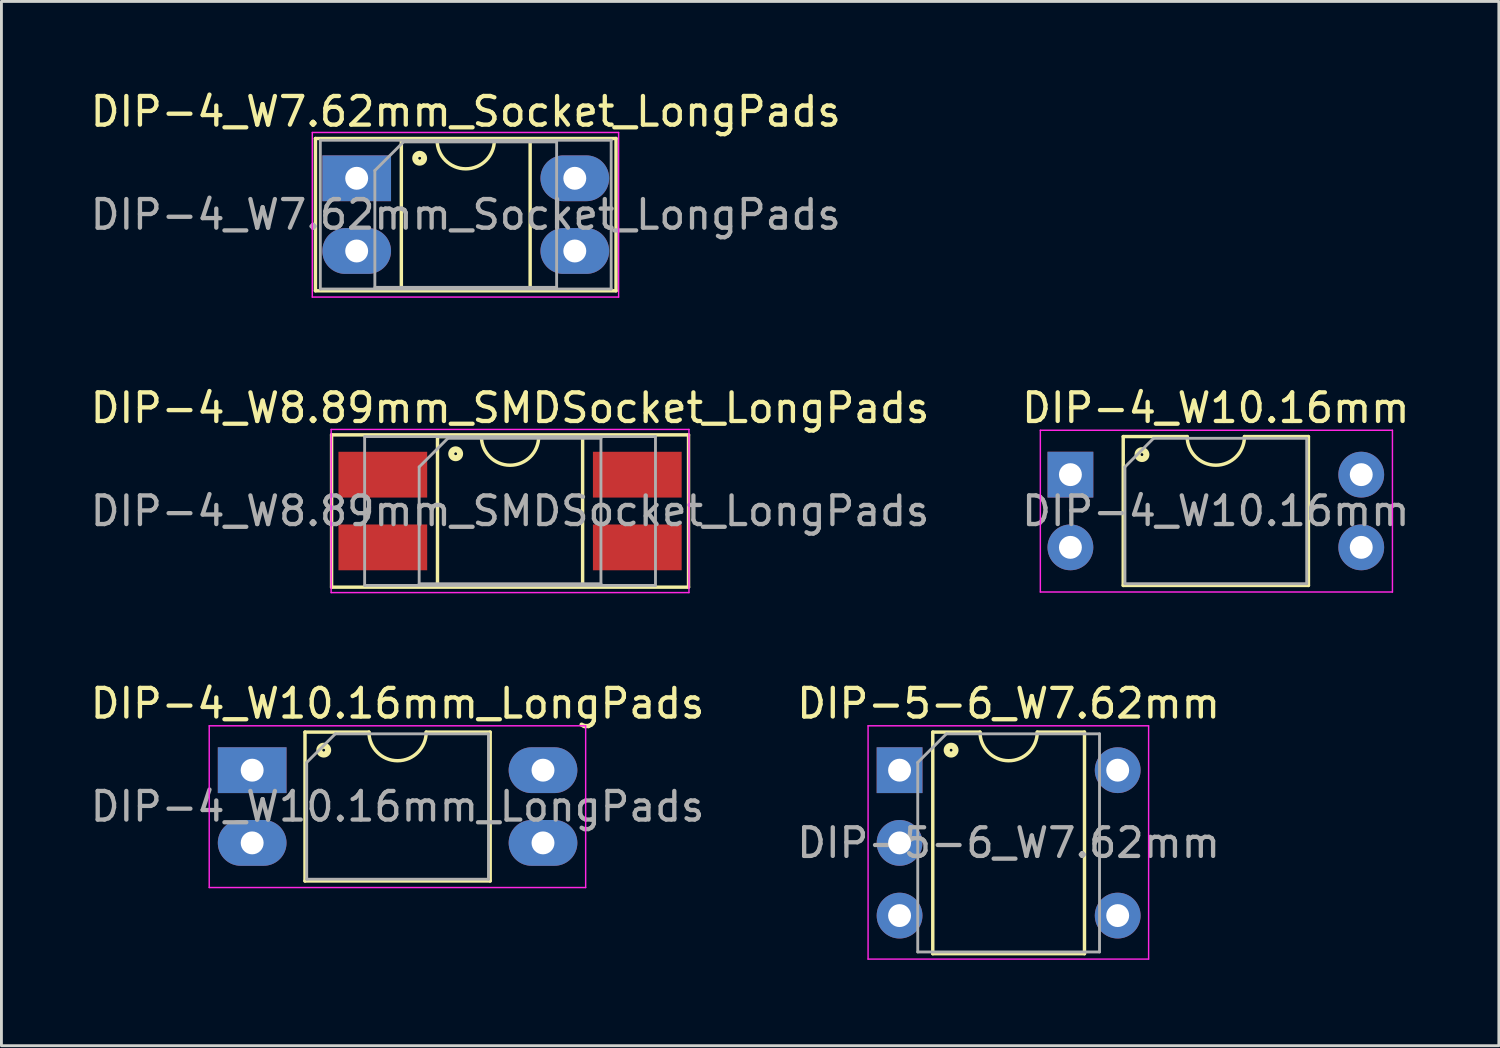
<source format=kicad_pcb>
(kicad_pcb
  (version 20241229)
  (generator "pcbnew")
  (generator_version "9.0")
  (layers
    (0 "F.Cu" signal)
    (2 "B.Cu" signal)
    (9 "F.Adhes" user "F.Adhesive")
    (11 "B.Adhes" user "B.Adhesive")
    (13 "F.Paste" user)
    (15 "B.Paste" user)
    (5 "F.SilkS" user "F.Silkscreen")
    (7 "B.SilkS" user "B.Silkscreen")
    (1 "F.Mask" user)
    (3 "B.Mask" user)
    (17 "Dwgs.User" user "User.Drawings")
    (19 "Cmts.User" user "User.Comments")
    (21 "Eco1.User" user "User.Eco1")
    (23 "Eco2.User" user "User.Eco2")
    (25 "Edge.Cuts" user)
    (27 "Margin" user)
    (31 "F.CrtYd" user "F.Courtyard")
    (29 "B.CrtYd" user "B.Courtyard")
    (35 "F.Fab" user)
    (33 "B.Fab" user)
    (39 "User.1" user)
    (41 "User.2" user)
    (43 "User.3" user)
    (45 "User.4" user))
  (footprint "DIP-4_W10.16mm_LongPads"
    (layer "F.Cu")
    (at 5.759 23.855)
    (property "Reference" "DIP-4_W10.16mm_LongPads" (at 5.08 -2.33 0) (layer "F.SilkS") (effects (font (size 1 1) (thickness 0.15))))
    (attr through_hole)
    (fp_line (start 1.845 -1.33) (end 1.845 3.87) (stroke (width 0.12) (type solid)) (layer "F.SilkS"))
    (fp_line (start 1.845 3.87) (end 8.315 3.87) (stroke (width 0.12) (type solid)) (layer "F.SilkS"))
    (fp_line (start 4.08 -1.33) (end 1.845 -1.33) (stroke (width 0.12) (type solid)) (layer "F.SilkS"))
    (fp_line (start 8.315 -1.33) (end 6.08 -1.33) (stroke (width 0.12) (type solid)) (layer "F.SilkS"))
    (fp_line (start 8.315 3.87) (end 8.315 -1.33) (stroke (width 0.12) (type solid)) (layer "F.SilkS"))
    (fp_arc (start 6.08 -1.33) (mid 5.08 -0.33) (end 4.08 -1.33) (stroke (width 0.12) (type solid)) (layer "F.SilkS"))
    (fp_circle (center 2.5 -0.7) (end 2.55 -0.7) (stroke (width 0.12) (type solid)) (fill no) (layer "F.SilkS"))
    (fp_circle (center 2.5 -0.7) (end 2.625 -0.7) (stroke (width 0.12) (type solid)) (fill no) (layer "F.SilkS"))
    (fp_circle (center 2.5 -0.7) (end 2.7 -0.7) (stroke (width 0.12) (type solid)) (fill no) (layer "F.SilkS"))
    (fp_line (start -1.5 -1.55) (end -1.5 4.1) (stroke (width 0.05) (type solid)) (layer "F.CrtYd"))
    (fp_line (start -1.5 4.1) (end 11.65 4.1) (stroke (width 0.05) (type solid)) (layer "F.CrtYd"))
    (fp_line (start 11.65 -1.55) (end -1.5 -1.55) (stroke (width 0.05) (type solid)) (layer "F.CrtYd"))
    (fp_line (start 11.65 4.1) (end 11.65 -1.55) (stroke (width 0.05) (type solid)) (layer "F.CrtYd"))
    (fp_line (start 1.905 -0.27) (end 2.905 -1.27) (stroke (width 0.1) (type solid)) (layer "F.Fab"))
    (fp_line (start 1.905 3.81) (end 1.905 -0.27) (stroke (width 0.1) (type solid)) (layer "F.Fab"))
    (fp_line (start 2.905 -1.27) (end 8.255 -1.27) (stroke (width 0.1) (type solid)) (layer "F.Fab"))
    (fp_line (start 8.255 -1.27) (end 8.255 3.81) (stroke (width 0.1) (type solid)) (layer "F.Fab"))
    (fp_line (start 8.255 3.81) (end 1.905 3.81) (stroke (width 0.1) (type solid)) (layer "F.Fab"))
    (fp_text user "${REFERENCE}" (at 5.08 1.27 0) (layer "F.Fab") (effects (font (size 1 1) (thickness 0.15))))
    (pad "1" thru_hole rect (at 0 0) (size 2.4 1.6) (drill 0.8) (layers "*.Cu" "*.Mask"))
    (pad "2" thru_hole oval (at 0 2.54) (size 2.4 1.6) (drill 0.8) (layers "*.Cu" "*.Mask"))
    (pad "3" thru_hole oval (at 10.16 2.54) (size 2.4 1.6) (drill 0.8) (layers "*.Cu" "*.Mask"))
    (pad "4" thru_hole oval (at 10.16 0) (size 2.4 1.6) (drill 0.8) (layers "*.Cu" "*.Mask")))
  (footprint "DIP-4_W7.62mm_Socket_LongPads"
    (layer "F.Cu")
    (at 9.41 3.178)
    (property "Reference" "DIP-4_W7.62mm_Socket_LongPads" (at 3.81 -2.33 0) (layer "F.SilkS") (effects (font (size 1 1) (thickness 0.15))))
    (attr through_hole)
    (fp_line (start -1.44 -1.39) (end -1.44 3.93) (stroke (width 0.12) (type solid)) (layer "F.SilkS"))
    (fp_line (start -1.44 3.93) (end 9.06 3.93) (stroke (width 0.12) (type solid)) (layer "F.SilkS"))
    (fp_line (start 1.56 -1.33) (end 1.56 3.87) (stroke (width 0.12) (type solid)) (layer "F.SilkS"))
    (fp_line (start 1.56 3.87) (end 6.06 3.87) (stroke (width 0.12) (type solid)) (layer "F.SilkS"))
    (fp_line (start 2.81 -1.33) (end 1.56 -1.33) (stroke (width 0.12) (type solid)) (layer "F.SilkS"))
    (fp_line (start 6.06 -1.33) (end 4.81 -1.33) (stroke (width 0.12) (type solid)) (layer "F.SilkS"))
    (fp_line (start 6.06 3.87) (end 6.06 -1.33) (stroke (width 0.12) (type solid)) (layer "F.SilkS"))
    (fp_line (start 9.06 -1.39) (end -1.44 -1.39) (stroke (width 0.12) (type solid)) (layer "F.SilkS"))
    (fp_line (start 9.06 3.93) (end 9.06 -1.39) (stroke (width 0.12) (type solid)) (layer "F.SilkS"))
    (fp_arc (start 4.81 -1.33) (mid 3.81 -0.33) (end 2.81 -1.33) (stroke (width 0.12) (type solid)) (layer "F.SilkS"))
    (fp_circle (center 2.2 -0.7) (end 2.25 -0.7) (stroke (width 0.12) (type solid)) (fill no) (layer "F.SilkS"))
    (fp_circle (center 2.2 -0.7) (end 2.325 -0.7) (stroke (width 0.12) (type solid)) (fill no) (layer "F.SilkS"))
    (fp_circle (center 2.2 -0.7) (end 2.4 -0.7) (stroke (width 0.12) (type solid)) (fill no) (layer "F.SilkS"))
    (fp_line (start -1.55 -1.6) (end -1.55 4.15) (stroke (width 0.05) (type solid)) (layer "F.CrtYd"))
    (fp_line (start -1.55 4.15) (end 9.15 4.15) (stroke (width 0.05) (type solid)) (layer "F.CrtYd"))
    (fp_line (start 9.15 -1.6) (end -1.55 -1.6) (stroke (width 0.05) (type solid)) (layer "F.CrtYd"))
    (fp_line (start 9.15 4.15) (end 9.15 -1.6) (stroke (width 0.05) (type solid)) (layer "F.CrtYd"))
    (fp_line (start -1.27 -1.33) (end -1.27 3.87) (stroke (width 0.1) (type solid)) (layer "F.Fab"))
    (fp_line (start -1.27 3.87) (end 8.89 3.87) (stroke (width 0.1) (type solid)) (layer "F.Fab"))
    (fp_line (start 0.635 -0.27) (end 1.635 -1.27) (stroke (width 0.1) (type solid)) (layer "F.Fab"))
    (fp_line (start 0.635 3.81) (end 0.635 -0.27) (stroke (width 0.1) (type solid)) (layer "F.Fab"))
    (fp_line (start 1.635 -1.27) (end 6.985 -1.27) (stroke (width 0.1) (type solid)) (layer "F.Fab"))
    (fp_line (start 6.985 -1.27) (end 6.985 3.81) (stroke (width 0.1) (type solid)) (layer "F.Fab"))
    (fp_line (start 6.985 3.81) (end 0.635 3.81) (stroke (width 0.1) (type solid)) (layer "F.Fab"))
    (fp_line (start 8.89 -1.33) (end -1.27 -1.33) (stroke (width 0.1) (type solid)) (layer "F.Fab"))
    (fp_line (start 8.89 3.87) (end 8.89 -1.33) (stroke (width 0.1) (type solid)) (layer "F.Fab"))
    (fp_text user "${REFERENCE}" (at 3.81 1.27 0) (layer "F.Fab") (effects (font (size 1 1) (thickness 0.15))))
    (pad "1" thru_hole rect (at 0 0) (size 2.4 1.6) (drill 0.8) (layers "*.Cu" "*.Mask"))
    (pad "2" thru_hole oval (at 0 2.54) (size 2.4 1.6) (drill 0.8) (layers "*.Cu" "*.Mask"))
    (pad "3" thru_hole oval (at 7.62 2.54) (size 2.4 1.6) (drill 0.8) (layers "*.Cu" "*.Mask"))
    (pad "4" thru_hole oval (at 7.62 0) (size 2.4 1.6) (drill 0.8) (layers "*.Cu" "*.Mask")))
  (footprint "DIP-4_W8.89mm_SMDSocket_LongPads"
    (layer "F.Cu")
    (at 14.768 14.802)
    (property "Reference" "DIP-4_W8.89mm_SMDSocket_LongPads" (at 0 -3.6 0) (layer "F.SilkS") (effects (font (size 1 1) (thickness 0.15))))
    (attr smd)
    (fp_line (start -6.235 -2.66) (end -6.235 2.66) (stroke (width 0.12) (type solid)) (layer "F.SilkS"))
    (fp_line (start -6.235 2.66) (end 6.235 2.66) (stroke (width 0.12) (type solid)) (layer "F.SilkS"))
    (fp_line (start -2.535 -2.6) (end -2.535 2.6) (stroke (width 0.12) (type solid)) (layer "F.SilkS"))
    (fp_line (start -2.535 2.6) (end 2.535 2.6) (stroke (width 0.12) (type solid)) (layer "F.SilkS"))
    (fp_line (start -1 -2.6) (end -2.535 -2.6) (stroke (width 0.12) (type solid)) (layer "F.SilkS"))
    (fp_line (start 2.535 -2.6) (end 1 -2.6) (stroke (width 0.12) (type solid)) (layer "F.SilkS"))
    (fp_line (start 2.535 2.6) (end 2.535 -2.6) (stroke (width 0.12) (type solid)) (layer "F.SilkS"))
    (fp_line (start 6.235 -2.66) (end -6.235 -2.66) (stroke (width 0.12) (type solid)) (layer "F.SilkS"))
    (fp_line (start 6.235 2.66) (end 6.235 -2.66) (stroke (width 0.12) (type solid)) (layer "F.SilkS"))
    (fp_arc (start 1 -2.6) (mid 0 -1.6) (end -1 -2.6) (stroke (width 0.12) (type solid)) (layer "F.SilkS"))
    (fp_circle (center -1.9 -2) (end -1.85 -2) (stroke (width 0.12) (type solid)) (fill no) (layer "F.SilkS"))
    (fp_circle (center -1.9 -2) (end -1.775 -2) (stroke (width 0.12) (type solid)) (fill no) (layer "F.SilkS"))
    (fp_circle (center -1.9 -2) (end -1.7 -2) (stroke (width 0.12) (type solid)) (fill no) (layer "F.SilkS"))
    (fp_line (start -6.25 -2.85) (end -6.25 2.85) (stroke (width 0.05) (type solid)) (layer "F.CrtYd"))
    (fp_line (start -6.25 2.85) (end 6.25 2.85) (stroke (width 0.05) (type solid)) (layer "F.CrtYd"))
    (fp_line (start 6.25 -2.85) (end -6.25 -2.85) (stroke (width 0.05) (type solid)) (layer "F.CrtYd"))
    (fp_line (start 6.25 2.85) (end 6.25 -2.85) (stroke (width 0.05) (type solid)) (layer "F.CrtYd"))
    (fp_line (start -5.08 -2.6) (end -5.08 2.6) (stroke (width 0.1) (type solid)) (layer "F.Fab"))
    (fp_line (start -5.08 2.6) (end 5.08 2.6) (stroke (width 0.1) (type solid)) (layer "F.Fab"))
    (fp_line (start -3.175 -1.54) (end -2.175 -2.54) (stroke (width 0.1) (type solid)) (layer "F.Fab"))
    (fp_line (start -3.175 2.54) (end -3.175 -1.54) (stroke (width 0.1) (type solid)) (layer "F.Fab"))
    (fp_line (start -2.175 -2.54) (end 3.175 -2.54) (stroke (width 0.1) (type solid)) (layer "F.Fab"))
    (fp_line (start 3.175 -2.54) (end 3.175 2.54) (stroke (width 0.1) (type solid)) (layer "F.Fab"))
    (fp_line (start 3.175 2.54) (end -3.175 2.54) (stroke (width 0.1) (type solid)) (layer "F.Fab"))
    (fp_line (start 5.08 -2.6) (end -5.08 -2.6) (stroke (width 0.1) (type solid)) (layer "F.Fab"))
    (fp_line (start 5.08 2.6) (end 5.08 -2.6) (stroke (width 0.1) (type solid)) (layer "F.Fab"))
    (fp_text user "${REFERENCE}" (at 0 0 0) (layer "F.Fab") (effects (font (size 1 1) (thickness 0.15))))
    (pad "1" smd rect (at -4.445 -1.27) (size 3.1 1.6) (layers "F.Cu" "F.Mask" "F.Paste"))
    (pad "2" smd rect (at -4.445 1.27) (size 3.1 1.6) (layers "F.Cu" "F.Mask" "F.Paste"))
    (pad "3" smd rect (at 4.445 1.27) (size 3.1 1.6) (layers "F.Cu" "F.Mask" "F.Paste"))
    (pad "4" smd rect (at 4.445 -1.27) (size 3.1 1.6) (layers "F.Cu" "F.Mask" "F.Paste")))
  (footprint "DIP-5-6_W7.62mm"
    (layer "F.Cu")
    (at 28.375 23.855)
    (property "Reference" "DIP-5-6_W7.62mm" (at 3.81 -2.33 0) (layer "F.SilkS") (effects (font (size 1 1) (thickness 0.15))))
    (attr through_hole)
    (fp_line (start 1.16 -1.33) (end 1.16 6.41) (stroke (width 0.12) (type solid)) (layer "F.SilkS"))
    (fp_line (start 1.16 6.41) (end 6.46 6.41) (stroke (width 0.12) (type solid)) (layer "F.SilkS"))
    (fp_line (start 2.81 -1.33) (end 1.16 -1.33) (stroke (width 0.12) (type solid)) (layer "F.SilkS"))
    (fp_line (start 6.46 -1.33) (end 4.81 -1.33) (stroke (width 0.12) (type solid)) (layer "F.SilkS"))
    (fp_line (start 6.46 6.41) (end 6.46 -1.33) (stroke (width 0.12) (type solid)) (layer "F.SilkS"))
    (fp_arc (start 4.81 -1.33) (mid 3.81 -0.33) (end 2.81 -1.33) (stroke (width 0.12) (type solid)) (layer "F.SilkS"))
    (fp_circle (center 1.8 -0.7) (end 1.85 -0.7) (stroke (width 0.12) (type solid)) (fill no) (layer "F.SilkS"))
    (fp_circle (center 1.8 -0.7) (end 1.925 -0.7) (stroke (width 0.12) (type solid)) (fill no) (layer "F.SilkS"))
    (fp_circle (center 1.8 -0.7) (end 2 -0.7) (stroke (width 0.12) (type solid)) (fill no) (layer "F.SilkS"))
    (fp_line (start -1.1 -1.55) (end -1.1 6.6) (stroke (width 0.05) (type solid)) (layer "F.CrtYd"))
    (fp_line (start -1.1 6.6) (end 8.7 6.6) (stroke (width 0.05) (type solid)) (layer "F.CrtYd"))
    (fp_line (start 8.7 -1.55) (end -1.1 -1.55) (stroke (width 0.05) (type solid)) (layer "F.CrtYd"))
    (fp_line (start 8.7 6.6) (end 8.7 -1.55) (stroke (width 0.05) (type solid)) (layer "F.CrtYd"))
    (fp_line (start 0.635 -0.27) (end 1.635 -1.27) (stroke (width 0.1) (type solid)) (layer "F.Fab"))
    (fp_line (start 0.635 6.35) (end 0.635 -0.27) (stroke (width 0.1) (type solid)) (layer "F.Fab"))
    (fp_line (start 1.635 -1.27) (end 6.985 -1.27) (stroke (width 0.1) (type solid)) (layer "F.Fab"))
    (fp_line (start 6.985 -1.27) (end 6.985 6.35) (stroke (width 0.1) (type solid)) (layer "F.Fab"))
    (fp_line (start 6.985 6.35) (end 0.635 6.35) (stroke (width 0.1) (type solid)) (layer "F.Fab"))
    (fp_text user "${REFERENCE}" (at 3.81 2.54 0) (layer "F.Fab") (effects (font (size 1 1) (thickness 0.15))))
    (pad "1" thru_hole rect (at 0 0) (size 1.6 1.6) (drill 0.8) (layers "*.Cu" "*.Mask"))
    (pad "2" thru_hole oval (at 0 2.54) (size 1.6 1.6) (drill 0.8) (layers "*.Cu" "*.Mask"))
    (pad "3" thru_hole oval (at 0 5.08) (size 1.6 1.6) (drill 0.8) (layers "*.Cu" "*.Mask"))
    (pad "4" thru_hole oval (at 7.62 5.08) (size 1.6 1.6) (drill 0.8) (layers "*.Cu" "*.Mask"))
    (pad "6" thru_hole oval (at 7.62 0) (size 1.6 1.6) (drill 0.8) (layers "*.Cu" "*.Mask")))
  (footprint "DIP-4_W10.16mm"
    (layer "F.Cu")
    (at 34.343 13.531)
    (property "Reference" "DIP-4_W10.16mm" (at 5.08 -2.33 0) (layer "F.SilkS") (effects (font (size 1 1) (thickness 0.15))))
    (attr through_hole)
    (fp_line (start 1.845 -1.33) (end 1.845 3.87) (stroke (width 0.12) (type solid)) (layer "F.SilkS"))
    (fp_line (start 1.845 3.87) (end 8.315 3.87) (stroke (width 0.12) (type solid)) (layer "F.SilkS"))
    (fp_line (start 4.08 -1.33) (end 1.845 -1.33) (stroke (width 0.12) (type solid)) (layer "F.SilkS"))
    (fp_line (start 8.315 -1.33) (end 6.08 -1.33) (stroke (width 0.12) (type solid)) (layer "F.SilkS"))
    (fp_line (start 8.315 3.87) (end 8.315 -1.33) (stroke (width 0.12) (type solid)) (layer "F.SilkS"))
    (fp_arc (start 6.08 -1.33) (mid 5.08 -0.33) (end 4.08 -1.33) (stroke (width 0.12) (type solid)) (layer "F.SilkS"))
    (fp_circle (center 2.5 -0.7) (end 2.55 -0.7) (stroke (width 0.12) (type solid)) (fill no) (layer "F.SilkS"))
    (fp_circle (center 2.5 -0.7) (end 2.625 -0.7) (stroke (width 0.12) (type solid)) (fill no) (layer "F.SilkS"))
    (fp_circle (center 2.5 -0.7) (end 2.7 -0.7) (stroke (width 0.12) (type solid)) (fill no) (layer "F.SilkS"))
    (fp_line (start -1.05 -1.55) (end -1.05 4.1) (stroke (width 0.05) (type solid)) (layer "F.CrtYd"))
    (fp_line (start -1.05 4.1) (end 11.25 4.1) (stroke (width 0.05) (type solid)) (layer "F.CrtYd"))
    (fp_line (start 11.25 -1.55) (end -1.05 -1.55) (stroke (width 0.05) (type solid)) (layer "F.CrtYd"))
    (fp_line (start 11.25 4.1) (end 11.25 -1.55) (stroke (width 0.05) (type solid)) (layer "F.CrtYd"))
    (fp_line (start 1.905 -0.27) (end 2.905 -1.27) (stroke (width 0.1) (type solid)) (layer "F.Fab"))
    (fp_line (start 1.905 3.81) (end 1.905 -0.27) (stroke (width 0.1) (type solid)) (layer "F.Fab"))
    (fp_line (start 2.905 -1.27) (end 8.255 -1.27) (stroke (width 0.1) (type solid)) (layer "F.Fab"))
    (fp_line (start 8.255 -1.27) (end 8.255 3.81) (stroke (width 0.1) (type solid)) (layer "F.Fab"))
    (fp_line (start 8.255 3.81) (end 1.905 3.81) (stroke (width 0.1) (type solid)) (layer "F.Fab"))
    (fp_text user "${REFERENCE}" (at 5.08 1.27 0) (layer "F.Fab") (effects (font (size 1 1) (thickness 0.15))))
    (pad "1" thru_hole rect (at 0 0) (size 1.6 1.6) (drill 0.8) (layers "*.Cu" "*.Mask"))
    (pad "2" thru_hole oval (at 0 2.54) (size 1.6 1.6) (drill 0.8) (layers "*.Cu" "*.Mask"))
    (pad "3" thru_hole oval (at 10.16 2.54) (size 1.6 1.6) (drill 0.8) (layers "*.Cu" "*.Mask"))
    (pad "4" thru_hole oval (at 10.16 0) (size 1.6 1.6) (drill 0.8) (layers "*.Cu" "*.Mask")))
  (gr_rect
    (start -3 -3)
    (end 49.31 33.48)
    (stroke (width 0.1) (type default))
    (fill no)
    (layer "Edge.Cuts")))
</source>
